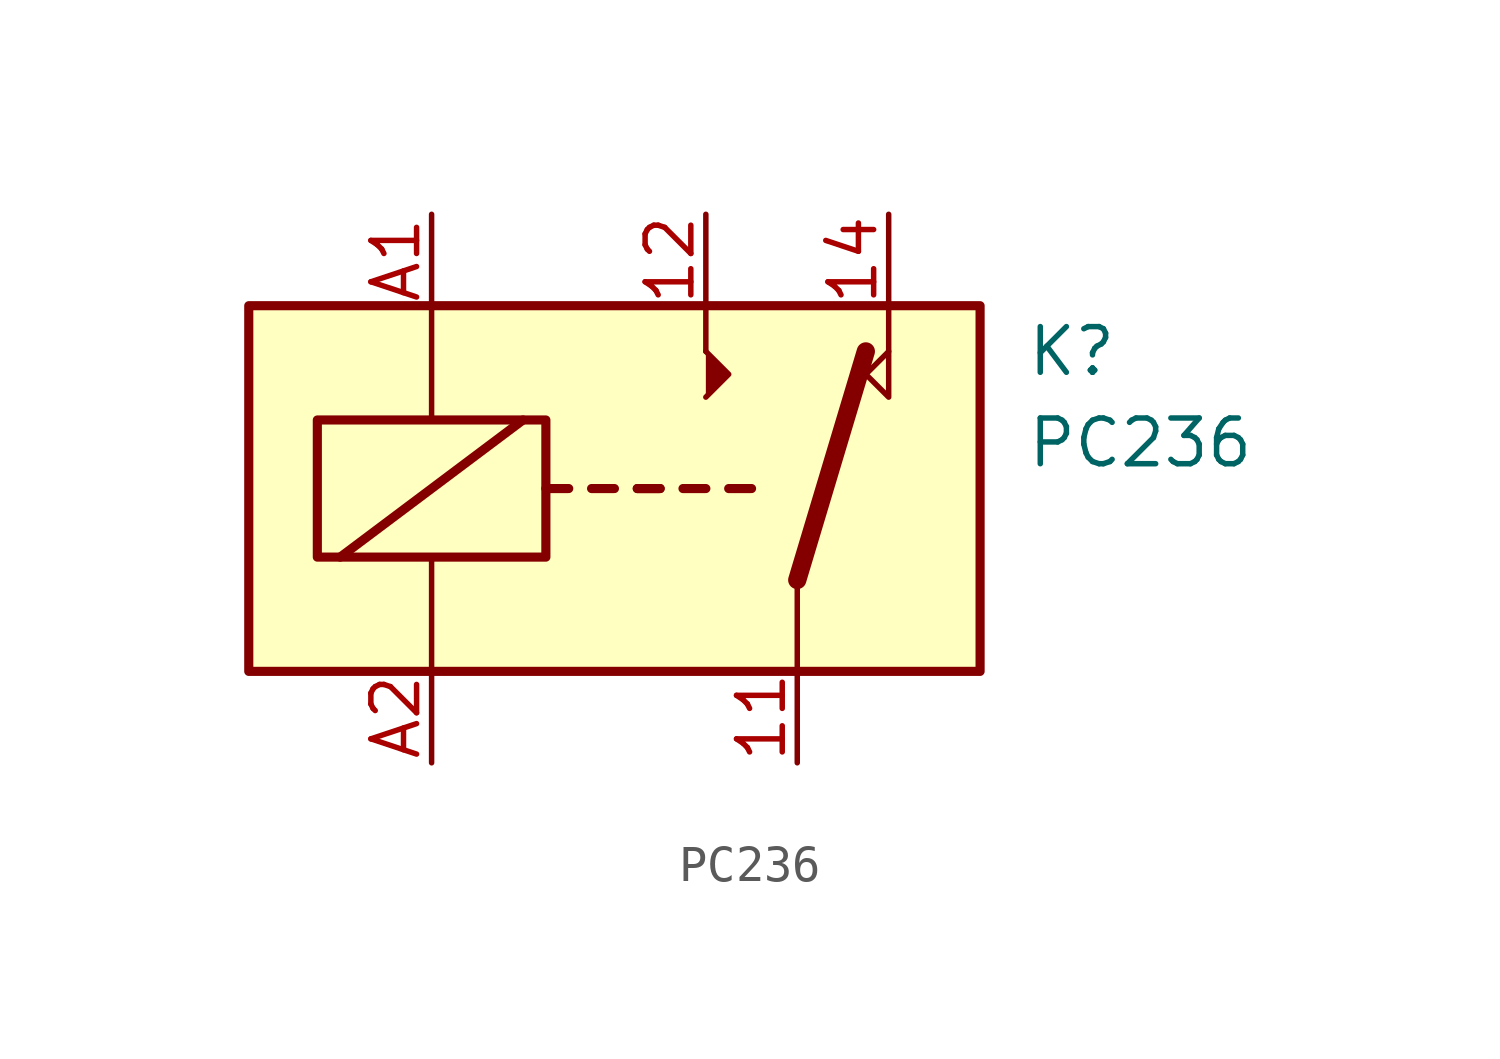
<source format=kicad_sym>
(kicad_symbol_lib
  (version 20211014)
  (generator kicad_symbol_editor)
  (symbol "PC236"
    (property "Reference" "K"
      (at 11.43 3.81 0)
      (effects (font (size 1.27 1.27)) (justify left)))
    (property "Value" "PC236"
      (at 11.43 1.27 0)
      (effects (font (size 1.27 1.27)) (justify left)))
    (symbol "PC236_0_0"
      (polyline (pts (xy 2.54 3.81) (xy 2.54 5.08)) (stroke (width 0) (type default) (color 0 0 0 0)) (fill (type none)))
      (polyline (pts (xy 7.62 3.81) (xy 7.62 5.08)) (stroke (width 0) (type default) (color 0 0 0 0)) (fill (type none)))
      (polyline (pts (xy 7.62 3.81) (xy 7.62 2.54) (xy 6.985 3.175) (xy 7.62 3.81)) (stroke (width 0) (type default) (color 0 0 0 0)) (fill (type none))))
    (symbol "PC236_0_1"
      (rectangle (start -10.16 5.08) (end 10.16 -5.08) (stroke (width 0.254) (type default) (color 0 0 0 0)) (fill (type background)))
      (rectangle (start -8.255 1.905) (end -1.905 -1.905) (stroke (width 0.254) (type default) (color 0 0 0 0)) (fill (type none)))
      (polyline (pts (xy -7.62 -1.905) (xy -2.54 1.905)) (stroke (width 0.254) (type default) (color 0 0 0 0)) (fill (type none)))
      (polyline (pts (xy -5.08 -5.08) (xy -5.08 -1.905)) (stroke (width 0) (type default) (color 0 0 0 0)) (fill (type none)))
      (polyline (pts (xy -5.08 5.08) (xy -5.08 1.905)) (stroke (width 0) (type default) (color 0 0 0 0)) (fill (type none)))
      (polyline (pts (xy -1.905 0) (xy -1.27 0)) (stroke (width 0.254) (type default) (color 0 0 0 0)) (fill (type none)))
      (polyline (pts (xy -0.635 0) (xy 0 0)) (stroke (width 0.254) (type default) (color 0 0 0 0)) (fill (type none)))
      (polyline (pts (xy 0.635 0) (xy 1.27 0)) (stroke (width 0.254) (type default) (color 0 0 0 0)) (fill (type none)))
      (polyline (pts (xy 0.635 0) (xy 1.27 0)) (stroke (width 0.254) (type default) (color 0 0 0 0)) (fill (type none)))
      (polyline (pts (xy 1.905 0) (xy 2.54 0)) (stroke (width 0.254) (type default) (color 0 0 0 0)) (fill (type none)))
      (polyline (pts (xy 3.175 0) (xy 3.81 0)) (stroke (width 0.254) (type default) (color 0 0 0 0)) (fill (type none)))
      (polyline (pts (xy 5.08 -2.54) (xy 5.08 -5.08)) (stroke (width 0) (type default) (color 0 0 0 0)) (fill (type none)))
      (polyline (pts (xy 5.08 -2.54) (xy 6.985 3.81)) (stroke (width 0.508) (type default) (color 0 0 0 0)) (fill (type none)))
      (polyline (pts (xy 2.54 2.54) (xy 3.175 3.175) (xy 2.54 3.81)) (stroke (width 0) (type default) (color 0 0 0 0)) (fill (type outline))))
    (symbol "PC236_1_1"
      (pin passive line (at 5.08 -7.62 90) (length 2.54) (name "~" (effects (font (size 1.27 1.27)))) (number "11" (effects (font (size 1.27 1.27)))))
      (pin passive line (at 2.54 7.62 270) (length 2.54) (name "~" (effects (font (size 1.27 1.27)))) (number "12" (effects (font (size 1.27 1.27)))))
      (pin passive line (at 7.62 7.62 270) (length 2.54) (name "~" (effects (font (size 1.27 1.27)))) (number "14" (effects (font (size 1.27 1.27)))))
      (pin passive line (at -5.08 7.62 270) (length 2.54) (name "~" (effects (font (size 1.27 1.27)))) (number "A1" (effects (font (size 1.27 1.27)))))
      (pin passive line (at -5.08 -7.62 90) (length 2.54) (name "~" (effects (font (size 1.27 1.27)))) (number "A2" (effects (font (size 1.27 1.27))))))))
</source>
